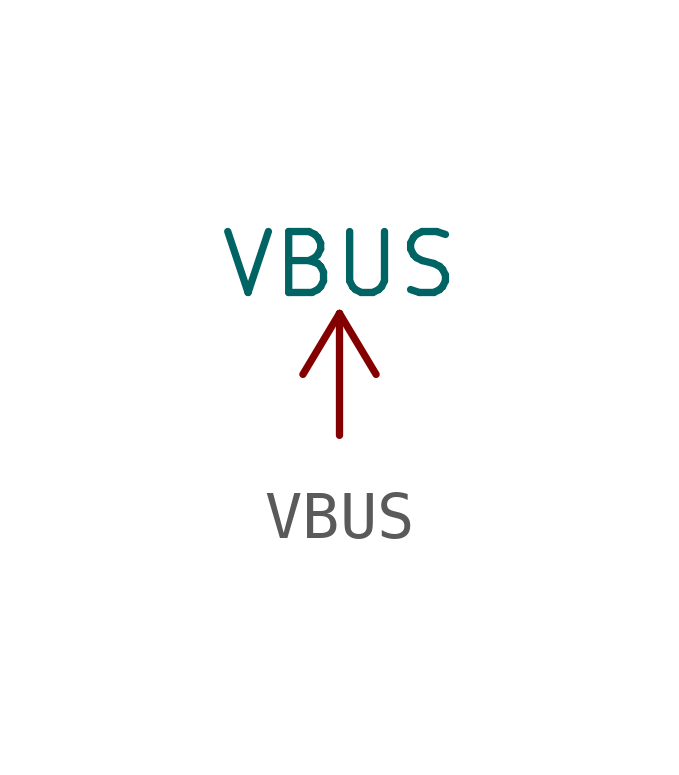
<source format=kicad_sym>
(kicad_symbol_lib
  (version 20211014)
  (generator kicad_symbol_editor)
  (symbol "VBUS"
    (power)
    (pin_names
      (offset 0))
    (property "Reference" "#PWR"
      (at 0 -3.81 0)
      (effects (font (size 1.27 1.27)) hide))
    (property "Value" "VBUS"
      (at 0 3.556 0)
      (effects (font (size 1.27 1.27))))
    (symbol "VBUS_0_1"
      (polyline (pts (xy -0.762 1.27) (xy 0 2.54)) (stroke (width 0) (type default) (color 0 0 0 0)) (fill (type none)))
      (polyline (pts (xy 0 0) (xy 0 2.54)) (stroke (width 0) (type default) (color 0 0 0 0)) (fill (type none)))
      (polyline (pts (xy 0 2.54) (xy 0.762 1.27)) (stroke (width 0) (type default) (color 0 0 0 0)) (fill (type none))))
    (symbol "VBUS_1_1"
      (pin power_in line (at 0 0 90) (length 0) hide (name "VBUS" (effects (font (size 1.27 1.27)))) (number "1" (effects (font (size 1.27 1.27))))))))
</source>
